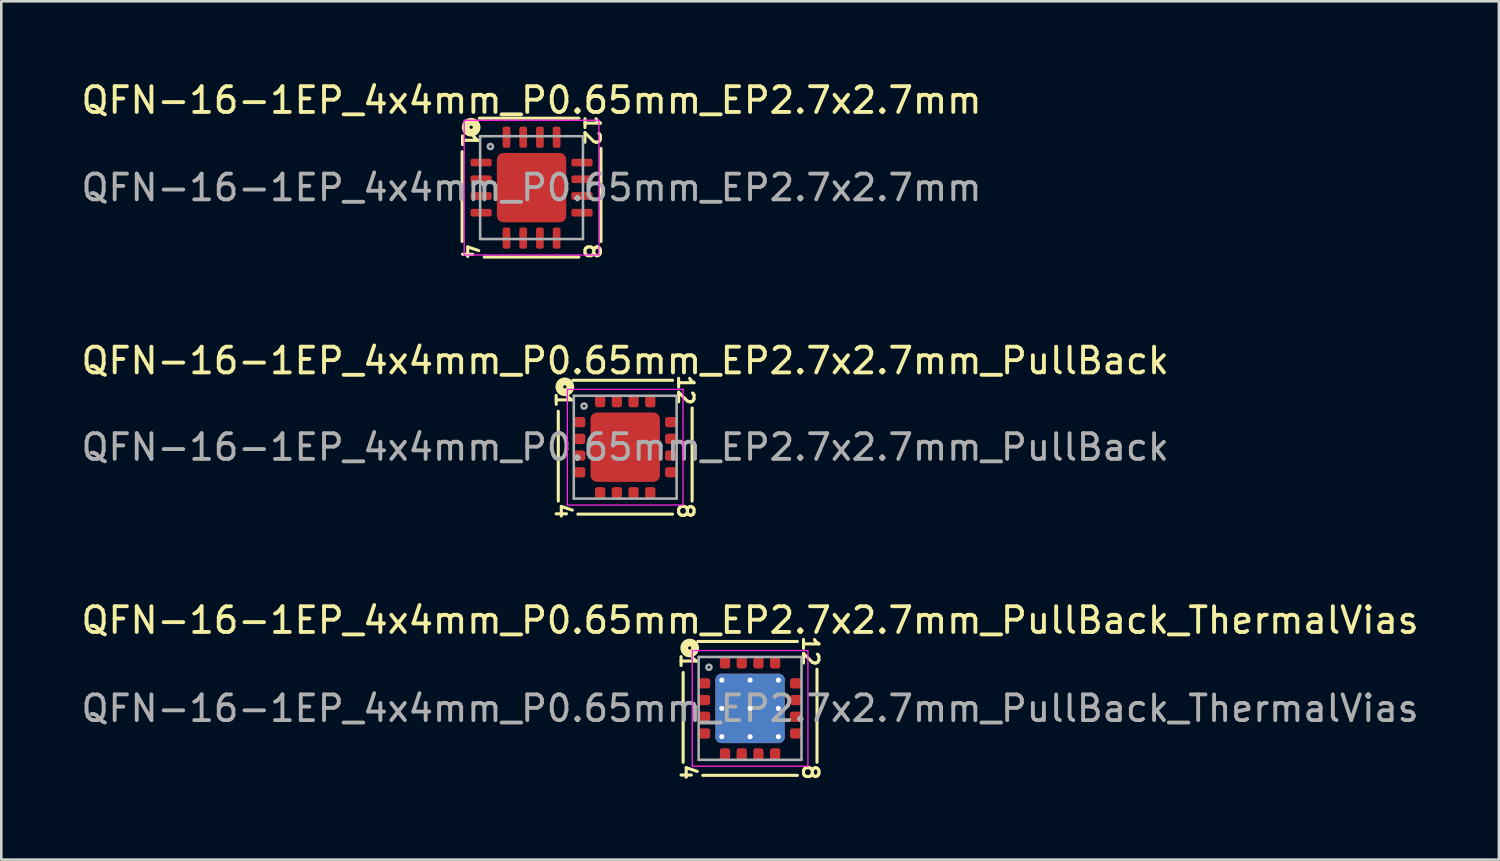
<source format=kicad_pcb>
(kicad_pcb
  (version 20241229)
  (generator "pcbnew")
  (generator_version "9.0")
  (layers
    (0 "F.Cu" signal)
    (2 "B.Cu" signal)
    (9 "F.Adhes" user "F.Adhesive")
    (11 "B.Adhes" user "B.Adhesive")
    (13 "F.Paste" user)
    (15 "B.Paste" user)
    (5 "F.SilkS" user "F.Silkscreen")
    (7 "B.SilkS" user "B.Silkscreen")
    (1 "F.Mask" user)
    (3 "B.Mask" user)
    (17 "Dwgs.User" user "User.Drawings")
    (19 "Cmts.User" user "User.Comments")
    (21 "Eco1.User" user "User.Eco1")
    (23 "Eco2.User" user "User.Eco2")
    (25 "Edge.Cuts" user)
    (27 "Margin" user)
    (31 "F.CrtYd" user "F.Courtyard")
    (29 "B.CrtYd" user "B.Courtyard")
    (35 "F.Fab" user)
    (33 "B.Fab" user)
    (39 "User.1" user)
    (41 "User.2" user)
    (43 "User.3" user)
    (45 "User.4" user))
  (footprint "QFN-16-1EP_4x4mm_P0.65mm_EP2.7x2.7mm"
    (layer "F.Cu")
    (at 17.625 4.248)
    (property "Reference" "QFN-16-1EP_4x4mm_P0.65mm_EP2.7x2.7mm" (at 0 -3.4 0) (layer "F.SilkS") (effects (font (size 1 1) (thickness 0.15))))
    (attr smd)
    (fp_line (start -2.7 -1.397) (end -2.7 2.095) (stroke (width 0.12) (type solid)) (layer "F.SilkS"))
    (fp_line (start -1.841 2.7) (end 1.841 2.7) (stroke (width 0.12) (type solid)) (layer "F.SilkS"))
    (fp_line (start 1.841 -2.7) (end -2.032 -2.7) (stroke (width 0.12) (type solid)) (layer "F.SilkS"))
    (fp_line (start 2.7 2.095) (end 2.7 -1.524) (stroke (width 0.12) (type solid)) (layer "F.SilkS"))
    (fp_circle (center -2.349 -2.349) (end -2.286 -2.349) (stroke (width 0.3) (type solid)) (fill no) (layer "F.SilkS"))
    (fp_line (start -2.62 -2.62) (end -2.62 2.62) (stroke (width 0.05) (type solid)) (layer "F.CrtYd"))
    (fp_line (start -2.62 2.62) (end 2.62 2.62) (stroke (width 0.05) (type solid)) (layer "F.CrtYd"))
    (fp_line (start 2.62 -2.62) (end -2.62 -2.62) (stroke (width 0.05) (type solid)) (layer "F.CrtYd"))
    (fp_line (start 2.62 2.62) (end 2.62 -2.62) (stroke (width 0.05) (type solid)) (layer "F.CrtYd"))
    (fp_line (start -2 -2) (end 2 -2) (stroke (width 0.1) (type solid)) (layer "F.Fab"))
    (fp_line (start -2 2) (end -2 -2) (stroke (width 0.1) (type solid)) (layer "F.Fab"))
    (fp_line (start 2 -2) (end 2 2) (stroke (width 0.1) (type solid)) (layer "F.Fab"))
    (fp_line (start 2 2) (end -2 2) (stroke (width 0.1) (type solid)) (layer "F.Fab"))
    (fp_circle (center -1.6 -1.6) (end -1.5 -1.6) (stroke (width 0.1) (type solid)) (fill no) (layer "F.Fab"))
    (fp_text user "1" (at -2.413 -1.841 270) (unlocked yes) (layer "F.SilkS") (effects (font (size 0.6 0.6) (thickness 0.12))))
    (fp_text user "4" (at -2.413 2.477 270) (unlocked yes) (layer "F.SilkS") (effects (font (size 0.6 0.6) (thickness 0.12))))
    (fp_text user "12" (at 2.349 -2.223 270) (unlocked yes) (layer "F.SilkS") (effects (font (size 0.6 0.6) (thickness 0.12))))
    (fp_text user "8" (at 2.349 2.477 270) (unlocked yes) (layer "F.SilkS") (effects (font (size 0.6 0.6) (thickness 0.12))))
    (fp_text user "${REFERENCE}" (at 0 0 0) (layer "F.Fab") (effects (font (size 1 1) (thickness 0.15))))
    (pad "" smd roundrect (at -0.675 -0.675) (size 1.09 1.09) (layers "F.Paste") (roundrect_rratio 0.229))
    (pad "" smd roundrect (at -0.675 0.675) (size 1.09 1.09) (layers "F.Paste") (roundrect_rratio 0.229))
    (pad "" smd roundrect (at 0.675 -0.675) (size 1.09 1.09) (layers "F.Paste") (roundrect_rratio 0.229))
    (pad "" smd roundrect (at 0.675 0.675) (size 1.09 1.09) (layers "F.Paste") (roundrect_rratio 0.229))
    (pad "1" smd roundrect (at -1.962 -0.975) (size 0.825 0.3) (layers "F.Cu" "F.Mask" "F.Paste") (roundrect_rratio 0.25))
    (pad "2" smd roundrect (at -1.962 -0.325) (size 0.825 0.3) (layers "F.Cu" "F.Mask" "F.Paste") (roundrect_rratio 0.25))
    (pad "3" smd roundrect (at -1.962 0.325) (size 0.825 0.3) (layers "F.Cu" "F.Mask" "F.Paste") (roundrect_rratio 0.25))
    (pad "4" smd roundrect (at -1.962 0.975) (size 0.825 0.3) (layers "F.Cu" "F.Mask" "F.Paste") (roundrect_rratio 0.25))
    (pad "5" smd roundrect (at -0.975 1.962) (size 0.3 0.825) (layers "F.Cu" "F.Mask" "F.Paste") (roundrect_rratio 0.25))
    (pad "6" smd roundrect (at -0.325 1.962) (size 0.3 0.825) (layers "F.Cu" "F.Mask" "F.Paste") (roundrect_rratio 0.25))
    (pad "7" smd roundrect (at 0.325 1.962) (size 0.3 0.825) (layers "F.Cu" "F.Mask" "F.Paste") (roundrect_rratio 0.25))
    (pad "8" smd roundrect (at 0.975 1.962) (size 0.3 0.825) (layers "F.Cu" "F.Mask" "F.Paste") (roundrect_rratio 0.25))
    (pad "9" smd roundrect (at 1.962 0.975) (size 0.825 0.3) (layers "F.Cu" "F.Mask" "F.Paste") (roundrect_rratio 0.25))
    (pad "10" smd roundrect (at 1.962 0.325) (size 0.825 0.3) (layers "F.Cu" "F.Mask" "F.Paste") (roundrect_rratio 0.25))
    (pad "11" smd roundrect (at 1.962 -0.325) (size 0.825 0.3) (layers "F.Cu" "F.Mask" "F.Paste") (roundrect_rratio 0.25))
    (pad "12" smd roundrect (at 1.962 -0.975) (size 0.825 0.3) (layers "F.Cu" "F.Mask" "F.Paste") (roundrect_rratio 0.25))
    (pad "13" smd roundrect (at 0.975 -1.962) (size 0.3 0.825) (layers "F.Cu" "F.Mask" "F.Paste") (roundrect_rratio 0.25))
    (pad "14" smd roundrect (at 0.325 -1.962) (size 0.3 0.825) (layers "F.Cu" "F.Mask" "F.Paste") (roundrect_rratio 0.25))
    (pad "15" smd roundrect (at -0.325 -1.962) (size 0.3 0.825) (layers "F.Cu" "F.Mask" "F.Paste") (roundrect_rratio 0.25))
    (pad "16" smd roundrect (at -0.975 -1.962) (size 0.3 0.825) (layers "F.Cu" "F.Mask" "F.Paste") (roundrect_rratio 0.25))
    (pad "17" smd roundrect (at 0 0) (size 2.7 2.7) (layers "F.Cu" "F.Mask") (roundrect_rratio 0.093)))
  (footprint "QFN-16-1EP_4x4mm_P0.65mm_EP2.7x2.7mm_PullBack_ThermalVias"
    (layer "F.Cu")
    (at 26.125 24.504)
    (property "Reference" "QFN-16-1EP_4x4mm_P0.65mm_EP2.7x2.7mm_PullBack_ThermalVias" (at 0 -3.429 0) (layer "F.SilkS") (effects (font (size 1 1) (thickness 0.15))))
    (attr smd)
    (fp_line (start -2.603 -1.397) (end -2.603 2.095) (stroke (width 0.12) (type solid)) (layer "F.SilkS"))
    (fp_line (start -1.841 2.603) (end 1.841 2.603) (stroke (width 0.12) (type solid)) (layer "F.SilkS"))
    (fp_line (start 1.841 -2.603) (end -2.032 -2.603) (stroke (width 0.12) (type solid)) (layer "F.SilkS"))
    (fp_line (start 2.603 2.095) (end 2.603 -1.524) (stroke (width 0.12) (type solid)) (layer "F.SilkS"))
    (fp_circle (center -2.349 -2.349) (end -2.286 -2.349) (stroke (width 0.3) (type solid)) (fill no) (layer "F.SilkS"))
    (fp_line (start -2.25 -2.25) (end -2.25 2.25) (stroke (width 0.05) (type solid)) (layer "F.CrtYd"))
    (fp_line (start -2.25 2.25) (end 2.25 2.25) (stroke (width 0.05) (type solid)) (layer "F.CrtYd"))
    (fp_line (start 2.25 -2.25) (end -2.25 -2.25) (stroke (width 0.05) (type solid)) (layer "F.CrtYd"))
    (fp_line (start 2.25 2.25) (end 2.25 -2.25) (stroke (width 0.05) (type solid)) (layer "F.CrtYd"))
    (fp_line (start -2 -2) (end 2 -2) (stroke (width 0.1) (type solid)) (layer "F.Fab"))
    (fp_line (start -2 2) (end -2 -2) (stroke (width 0.1) (type solid)) (layer "F.Fab"))
    (fp_line (start 2 -2) (end 2 2) (stroke (width 0.1) (type solid)) (layer "F.Fab"))
    (fp_line (start 2 2) (end -2 2) (stroke (width 0.1) (type solid)) (layer "F.Fab"))
    (fp_circle (center -1.6 -1.6) (end -1.5 -1.6) (stroke (width 0.1) (type solid)) (fill no) (layer "F.Fab"))
    (fp_text user "8" (at 2.349 2.477 270) (unlocked yes) (layer "F.SilkS") (effects (font (size 0.6 0.6) (thickness 0.12))))
    (fp_text user "1" (at -2.413 -1.841 270) (unlocked yes) (layer "F.SilkS") (effects (font (size 0.6 0.6) (thickness 0.12))))
    (fp_text user "12" (at 2.349 -2.223 270) (unlocked yes) (layer "F.SilkS") (effects (font (size 0.6 0.6) (thickness 0.12))))
    (fp_text user "4" (at -2.413 2.477 270) (unlocked yes) (layer "F.SilkS") (effects (font (size 0.6 0.6) (thickness 0.12))))
    (fp_text user "${REFERENCE}" (at 0 0 0) (layer "F.Fab") (effects (font (size 1 1) (thickness 0.15))))
    (pad "" smd roundrect (at -0.675 -0.675) (size 1.17 1.17) (layers "F.Paste") (roundrect_rratio 0.214))
    (pad "" smd roundrect (at -0.675 0.675) (size 1.17 1.17) (layers "F.Paste") (roundrect_rratio 0.214))
    (pad "" smd roundrect (at 0.675 -0.675) (size 1.17 1.17) (layers "F.Paste") (roundrect_rratio 0.214))
    (pad "" smd roundrect (at 0.675 0.675) (size 1.17 1.17) (layers "F.Paste") (roundrect_rratio 0.214))
    (pad "1" smd roundrect (at -1.775 -0.975) (size 0.45 0.4) (layers "F.Cu" "F.Mask" "F.Paste") (roundrect_rratio 0.25))
    (pad "2" smd roundrect (at -1.775 -0.325) (size 0.45 0.4) (layers "F.Cu" "F.Mask" "F.Paste") (roundrect_rratio 0.25))
    (pad "3" smd roundrect (at -1.775 0.325) (size 0.45 0.4) (layers "F.Cu" "F.Mask" "F.Paste") (roundrect_rratio 0.25))
    (pad "4" smd roundrect (at -1.775 0.975) (size 0.45 0.4) (layers "F.Cu" "F.Mask" "F.Paste") (roundrect_rratio 0.25))
    (pad "5" smd roundrect (at -0.975 1.775) (size 0.4 0.45) (layers "F.Cu" "F.Mask" "F.Paste") (roundrect_rratio 0.25))
    (pad "6" smd roundrect (at -0.325 1.775) (size 0.4 0.45) (layers "F.Cu" "F.Mask" "F.Paste") (roundrect_rratio 0.25))
    (pad "7" smd roundrect (at 0.325 1.775) (size 0.4 0.45) (layers "F.Cu" "F.Mask" "F.Paste") (roundrect_rratio 0.25))
    (pad "8" smd roundrect (at 0.975 1.775) (size 0.4 0.45) (layers "F.Cu" "F.Mask" "F.Paste") (roundrect_rratio 0.25))
    (pad "9" smd roundrect (at 1.775 0.975) (size 0.45 0.4) (layers "F.Cu" "F.Mask" "F.Paste") (roundrect_rratio 0.25))
    (pad "10" smd roundrect (at 1.775 0.325) (size 0.45 0.4) (layers "F.Cu" "F.Mask" "F.Paste") (roundrect_rratio 0.25))
    (pad "11" smd roundrect (at 1.775 -0.325) (size 0.45 0.4) (layers "F.Cu" "F.Mask" "F.Paste") (roundrect_rratio 0.25))
    (pad "12" smd roundrect (at 1.775 -0.975) (size 0.45 0.4) (layers "F.Cu" "F.Mask" "F.Paste") (roundrect_rratio 0.25))
    (pad "13" smd roundrect (at 0.975 -1.775) (size 0.4 0.45) (layers "F.Cu" "F.Mask" "F.Paste") (roundrect_rratio 0.25))
    (pad "14" smd roundrect (at 0.325 -1.775) (size 0.4 0.45) (layers "F.Cu" "F.Mask" "F.Paste") (roundrect_rratio 0.25))
    (pad "15" smd roundrect (at -0.325 -1.775) (size 0.4 0.45) (layers "F.Cu" "F.Mask" "F.Paste") (roundrect_rratio 0.25))
    (pad "16" smd roundrect (at -0.975 -1.775) (size 0.4 0.45) (layers "F.Cu" "F.Mask" "F.Paste") (roundrect_rratio 0.25))
    (pad "17" thru_hole circle (at -1.1 -1.1) (size 0.5 0.5) (drill 0.2) (property pad_prop_heatsink) (layers "*.Cu"))
    (pad "17" thru_hole circle (at -1.1 0) (size 0.5 0.5) (drill 0.2) (property pad_prop_heatsink) (layers "*.Cu"))
    (pad "17" thru_hole circle (at -1.1 1.1) (size 0.5 0.5) (drill 0.2) (property pad_prop_heatsink) (layers "*.Cu"))
    (pad "17" thru_hole circle (at 0 -1.1) (size 0.5 0.5) (drill 0.2) (property pad_prop_heatsink) (layers "*.Cu"))
    (pad "17" thru_hole circle (at 0 0) (size 0.5 0.5) (drill 0.2) (property pad_prop_heatsink) (layers "*.Cu"))
    (pad "17" smd roundrect (at 0 0) (size 2.7 2.7) (layers "F.Cu" "F.Mask") (roundrect_rratio 0.093))
    (pad "17" smd roundrect (at 0 0) (size 2.7 2.7) (layers "B.Cu" "B.Mask") (roundrect_rratio 0.093))
    (pad "17" thru_hole circle (at 0 1.1) (size 0.5 0.5) (drill 0.2) (property pad_prop_heatsink) (layers "*.Cu"))
    (pad "17" thru_hole circle (at 1.1 -1.1) (size 0.5 0.5) (drill 0.2) (property pad_prop_heatsink) (layers "*.Cu"))
    (pad "17" thru_hole circle (at 1.1 0) (size 0.5 0.5) (drill 0.2) (property pad_prop_heatsink) (layers "*.Cu"))
    (pad "17" thru_hole circle (at 1.1 1.1) (size 0.5 0.5) (drill 0.2) (property pad_prop_heatsink) (layers "*.Cu")))
  (footprint "QFN-16-1EP_4x4mm_P0.65mm_EP2.7x2.7mm_PullBack"
    (layer "F.Cu")
    (at 21.268 14.344)
    (property "Reference" "QFN-16-1EP_4x4mm_P0.65mm_EP2.7x2.7mm_PullBack" (at 0 -3.365 0) (layer "F.SilkS") (effects (font (size 1 1) (thickness 0.15))))
    (attr smd)
    (fp_line (start -2.603 -1.397) (end -2.603 2.095) (stroke (width 0.12) (type solid)) (layer "F.SilkS"))
    (fp_line (start -1.841 2.603) (end 1.841 2.603) (stroke (width 0.12) (type solid)) (layer "F.SilkS"))
    (fp_line (start 1.841 -2.603) (end -2.032 -2.603) (stroke (width 0.12) (type solid)) (layer "F.SilkS"))
    (fp_line (start 2.603 2.095) (end 2.603 -1.524) (stroke (width 0.12) (type solid)) (layer "F.SilkS"))
    (fp_circle (center -2.349 -2.349) (end -2.286 -2.349) (stroke (width 0.3) (type solid)) (fill no) (layer "F.SilkS"))
    (fp_line (start -2.25 -2.25) (end -2.25 2.25) (stroke (width 0.05) (type solid)) (layer "F.CrtYd"))
    (fp_line (start -2.25 2.25) (end 2.25 2.25) (stroke (width 0.05) (type solid)) (layer "F.CrtYd"))
    (fp_line (start 2.25 -2.25) (end -2.25 -2.25) (stroke (width 0.05) (type solid)) (layer "F.CrtYd"))
    (fp_line (start 2.25 2.25) (end 2.25 -2.25) (stroke (width 0.05) (type solid)) (layer "F.CrtYd"))
    (fp_line (start -2 -2) (end 2 -2) (stroke (width 0.1) (type solid)) (layer "F.Fab"))
    (fp_line (start -2 2) (end -2 -2) (stroke (width 0.1) (type solid)) (layer "F.Fab"))
    (fp_line (start 2 -2) (end 2 2) (stroke (width 0.1) (type solid)) (layer "F.Fab"))
    (fp_line (start 2 2) (end -2 2) (stroke (width 0.1) (type solid)) (layer "F.Fab"))
    (fp_circle (center -1.6 -1.6) (end -1.5 -1.6) (stroke (width 0.1) (type solid)) (fill no) (layer "F.Fab"))
    (fp_text user "1" (at -2.413 -1.841 270) (unlocked yes) (layer "F.SilkS") (effects (font (size 0.6 0.6) (thickness 0.12))))
    (fp_text user "4" (at -2.413 2.477 270) (unlocked yes) (layer "F.SilkS") (effects (font (size 0.6 0.6) (thickness 0.12))))
    (fp_text user "12" (at 2.349 -2.223 270) (unlocked yes) (layer "F.SilkS") (effects (font (size 0.6 0.6) (thickness 0.12))))
    (fp_text user "8" (at 2.349 2.477 270) (unlocked yes) (layer "F.SilkS") (effects (font (size 0.6 0.6) (thickness 0.12))))
    (fp_text user "${REFERENCE}" (at 0 0 0) (layer "F.Fab") (effects (font (size 1 1) (thickness 0.15))))
    (pad "" smd roundrect (at -0.675 -0.675) (size 1.09 1.09) (layers "F.Paste") (roundrect_rratio 0.229))
    (pad "" smd roundrect (at -0.675 0.675) (size 1.09 1.09) (layers "F.Paste") (roundrect_rratio 0.229))
    (pad "" smd roundrect (at 0.675 -0.675) (size 1.09 1.09) (layers "F.Paste") (roundrect_rratio 0.229))
    (pad "" smd roundrect (at 0.675 0.675) (size 1.09 1.09) (layers "F.Paste") (roundrect_rratio 0.229))
    (pad "1" smd roundrect (at -1.775 -0.975) (size 0.45 0.4) (layers "F.Cu" "F.Mask" "F.Paste") (roundrect_rratio 0.25))
    (pad "2" smd roundrect (at -1.775 -0.325) (size 0.45 0.4) (layers "F.Cu" "F.Mask" "F.Paste") (roundrect_rratio 0.25))
    (pad "3" smd roundrect (at -1.775 0.325) (size 0.45 0.4) (layers "F.Cu" "F.Mask" "F.Paste") (roundrect_rratio 0.25))
    (pad "4" smd roundrect (at -1.775 0.975) (size 0.45 0.4) (layers "F.Cu" "F.Mask" "F.Paste") (roundrect_rratio 0.25))
    (pad "5" smd roundrect (at -0.975 1.775) (size 0.4 0.45) (layers "F.Cu" "F.Mask" "F.Paste") (roundrect_rratio 0.25))
    (pad "6" smd roundrect (at -0.325 1.775) (size 0.4 0.45) (layers "F.Cu" "F.Mask" "F.Paste") (roundrect_rratio 0.25))
    (pad "7" smd roundrect (at 0.325 1.775) (size 0.4 0.45) (layers "F.Cu" "F.Mask" "F.Paste") (roundrect_rratio 0.25))
    (pad "8" smd roundrect (at 0.975 1.775) (size 0.4 0.45) (layers "F.Cu" "F.Mask" "F.Paste") (roundrect_rratio 0.25))
    (pad "9" smd roundrect (at 1.775 0.975) (size 0.45 0.4) (layers "F.Cu" "F.Mask" "F.Paste") (roundrect_rratio 0.25))
    (pad "10" smd roundrect (at 1.775 0.325) (size 0.45 0.4) (layers "F.Cu" "F.Mask" "F.Paste") (roundrect_rratio 0.25))
    (pad "11" smd roundrect (at 1.775 -0.325) (size 0.45 0.4) (layers "F.Cu" "F.Mask" "F.Paste") (roundrect_rratio 0.25))
    (pad "12" smd roundrect (at 1.775 -0.975) (size 0.45 0.4) (layers "F.Cu" "F.Mask" "F.Paste") (roundrect_rratio 0.25))
    (pad "13" smd roundrect (at 0.975 -1.775) (size 0.4 0.45) (layers "F.Cu" "F.Mask" "F.Paste") (roundrect_rratio 0.25))
    (pad "14" smd roundrect (at 0.325 -1.775) (size 0.4 0.45) (layers "F.Cu" "F.Mask" "F.Paste") (roundrect_rratio 0.25))
    (pad "15" smd roundrect (at -0.325 -1.775) (size 0.4 0.45) (layers "F.Cu" "F.Mask" "F.Paste") (roundrect_rratio 0.25))
    (pad "16" smd roundrect (at -0.975 -1.775) (size 0.4 0.45) (layers "F.Cu" "F.Mask" "F.Paste") (roundrect_rratio 0.25))
    (pad "17" smd roundrect (at 0 0) (size 2.7 2.7) (layers "F.Cu" "F.Mask") (roundrect_rratio 0.093)))
  (gr_rect
    (start -3 -3)
    (end 55.25 30.386)
    (stroke (width 0.1) (type default))
    (fill no)
    (layer "Edge.Cuts")))
</source>
